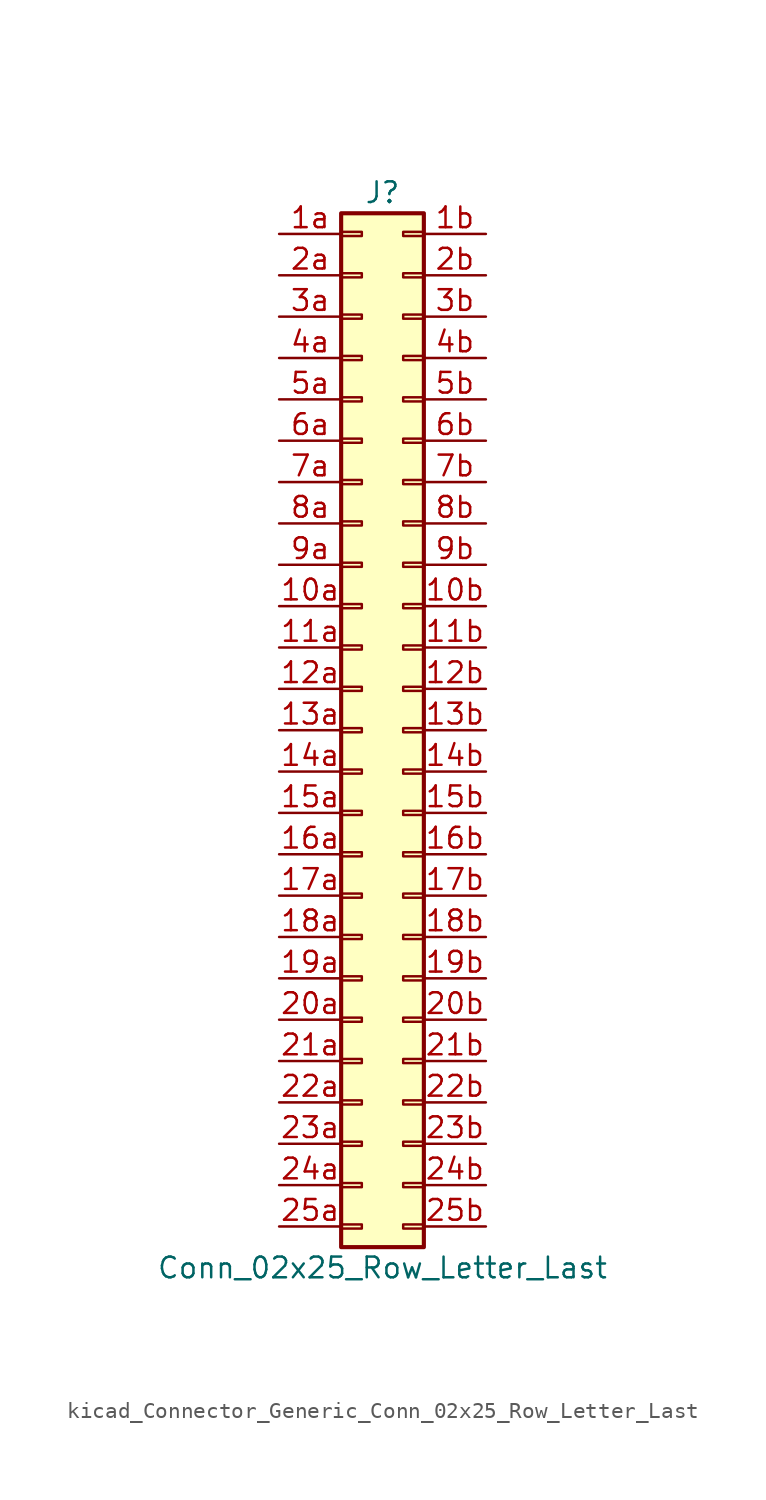
<source format=kicad_sym>
(kicad_symbol_lib
  (version 20220914)
  (generator kicad_symbol_editor)
  (symbol "kicad_Connector_Generic_Conn_02x25_Row_Letter_Last"
    (pin_names
      (offset 1.016) hide)
    (property "Reference" "J"
      (at 1.27 33.02 0)
      (effects (font (size 1.27 1.27))))
    (property "Value" "Conn_02x25_Row_Letter_Last"
      (at 1.27 -33.02 0)
      (effects (font (size 1.27 1.27))))
    (symbol "kicad_Connector_Generic_Conn_02x25_Row_Letter_Last_1_1"
      (rectangle (start -1.27 -30.353) (end 0 -30.607) (stroke (width 0.152) (type default)) (fill (type none)))
      (rectangle (start -1.27 -27.813) (end 0 -28.067) (stroke (width 0.152) (type default)) (fill (type none)))
      (rectangle (start -1.27 -25.273) (end 0 -25.527) (stroke (width 0.152) (type default)) (fill (type none)))
      (rectangle (start -1.27 -22.733) (end 0 -22.987) (stroke (width 0.152) (type default)) (fill (type none)))
      (rectangle (start -1.27 -20.193) (end 0 -20.447) (stroke (width 0.152) (type default)) (fill (type none)))
      (rectangle (start -1.27 -17.653) (end 0 -17.907) (stroke (width 0.152) (type default)) (fill (type none)))
      (rectangle (start -1.27 -15.113) (end 0 -15.367) (stroke (width 0.152) (type default)) (fill (type none)))
      (rectangle (start -1.27 -12.573) (end 0 -12.827) (stroke (width 0.152) (type default)) (fill (type none)))
      (rectangle (start -1.27 -10.033) (end 0 -10.287) (stroke (width 0.152) (type default)) (fill (type none)))
      (rectangle (start -1.27 -7.493) (end 0 -7.747) (stroke (width 0.152) (type default)) (fill (type none)))
      (rectangle (start -1.27 -4.953) (end 0 -5.207) (stroke (width 0.152) (type default)) (fill (type none)))
      (rectangle (start -1.27 -2.413) (end 0 -2.667) (stroke (width 0.152) (type default)) (fill (type none)))
      (rectangle (start -1.27 0.127) (end 0 -0.127) (stroke (width 0.152) (type default)) (fill (type none)))
      (rectangle (start -1.27 2.667) (end 0 2.413) (stroke (width 0.152) (type default)) (fill (type none)))
      (rectangle (start -1.27 5.207) (end 0 4.953) (stroke (width 0.152) (type default)) (fill (type none)))
      (rectangle (start -1.27 7.747) (end 0 7.493) (stroke (width 0.152) (type default)) (fill (type none)))
      (rectangle (start -1.27 10.287) (end 0 10.033) (stroke (width 0.152) (type default)) (fill (type none)))
      (rectangle (start -1.27 12.827) (end 0 12.573) (stroke (width 0.152) (type default)) (fill (type none)))
      (rectangle (start -1.27 15.367) (end 0 15.113) (stroke (width 0.152) (type default)) (fill (type none)))
      (rectangle (start -1.27 17.907) (end 0 17.653) (stroke (width 0.152) (type default)) (fill (type none)))
      (rectangle (start -1.27 20.447) (end 0 20.193) (stroke (width 0.152) (type default)) (fill (type none)))
      (rectangle (start -1.27 22.987) (end 0 22.733) (stroke (width 0.152) (type default)) (fill (type none)))
      (rectangle (start -1.27 25.527) (end 0 25.273) (stroke (width 0.152) (type default)) (fill (type none)))
      (rectangle (start -1.27 28.067) (end 0 27.813) (stroke (width 0.152) (type default)) (fill (type none)))
      (rectangle (start -1.27 30.607) (end 0 30.353) (stroke (width 0.152) (type default)) (fill (type none)))
      (rectangle (start -1.27 31.75) (end 3.81 -31.75) (stroke (width 0.254) (type default)) (fill (type background)))
      (rectangle (start 3.81 -30.353) (end 2.54 -30.607) (stroke (width 0.152) (type default)) (fill (type none)))
      (rectangle (start 3.81 -27.813) (end 2.54 -28.067) (stroke (width 0.152) (type default)) (fill (type none)))
      (rectangle (start 3.81 -25.273) (end 2.54 -25.527) (stroke (width 0.152) (type default)) (fill (type none)))
      (rectangle (start 3.81 -22.733) (end 2.54 -22.987) (stroke (width 0.152) (type default)) (fill (type none)))
      (rectangle (start 3.81 -20.193) (end 2.54 -20.447) (stroke (width 0.152) (type default)) (fill (type none)))
      (rectangle (start 3.81 -17.653) (end 2.54 -17.907) (stroke (width 0.152) (type default)) (fill (type none)))
      (rectangle (start 3.81 -15.113) (end 2.54 -15.367) (stroke (width 0.152) (type default)) (fill (type none)))
      (rectangle (start 3.81 -12.573) (end 2.54 -12.827) (stroke (width 0.152) (type default)) (fill (type none)))
      (rectangle (start 3.81 -10.033) (end 2.54 -10.287) (stroke (width 0.152) (type default)) (fill (type none)))
      (rectangle (start 3.81 -7.493) (end 2.54 -7.747) (stroke (width 0.152) (type default)) (fill (type none)))
      (rectangle (start 3.81 -4.953) (end 2.54 -5.207) (stroke (width 0.152) (type default)) (fill (type none)))
      (rectangle (start 3.81 -2.413) (end 2.54 -2.667) (stroke (width 0.152) (type default)) (fill (type none)))
      (rectangle (start 3.81 0.127) (end 2.54 -0.127) (stroke (width 0.152) (type default)) (fill (type none)))
      (rectangle (start 3.81 2.667) (end 2.54 2.413) (stroke (width 0.152) (type default)) (fill (type none)))
      (rectangle (start 3.81 5.207) (end 2.54 4.953) (stroke (width 0.152) (type default)) (fill (type none)))
      (rectangle (start 3.81 7.747) (end 2.54 7.493) (stroke (width 0.152) (type default)) (fill (type none)))
      (rectangle (start 3.81 10.287) (end 2.54 10.033) (stroke (width 0.152) (type default)) (fill (type none)))
      (rectangle (start 3.81 12.827) (end 2.54 12.573) (stroke (width 0.152) (type default)) (fill (type none)))
      (rectangle (start 3.81 15.367) (end 2.54 15.113) (stroke (width 0.152) (type default)) (fill (type none)))
      (rectangle (start 3.81 17.907) (end 2.54 17.653) (stroke (width 0.152) (type default)) (fill (type none)))
      (rectangle (start 3.81 20.447) (end 2.54 20.193) (stroke (width 0.152) (type default)) (fill (type none)))
      (rectangle (start 3.81 22.987) (end 2.54 22.733) (stroke (width 0.152) (type default)) (fill (type none)))
      (rectangle (start 3.81 25.527) (end 2.54 25.273) (stroke (width 0.152) (type default)) (fill (type none)))
      (rectangle (start 3.81 28.067) (end 2.54 27.813) (stroke (width 0.152) (type default)) (fill (type none)))
      (rectangle (start 3.81 30.607) (end 2.54 30.353) (stroke (width 0.152) (type default)) (fill (type none)))
      (pin passive line (at -5.08 7.62 0) (length 3.81) (name "Pin_10a" (effects (font (size 1.27 1.27)))) (number "10a" (effects (font (size 1.27 1.27)))))
      (pin passive line (at 7.62 7.62 180) (length 3.81) (name "Pin_10b" (effects (font (size 1.27 1.27)))) (number "10b" (effects (font (size 1.27 1.27)))))
      (pin passive line (at -5.08 5.08 0) (length 3.81) (name "Pin_11a" (effects (font (size 1.27 1.27)))) (number "11a" (effects (font (size 1.27 1.27)))))
      (pin passive line (at 7.62 5.08 180) (length 3.81) (name "Pin_11b" (effects (font (size 1.27 1.27)))) (number "11b" (effects (font (size 1.27 1.27)))))
      (pin passive line (at -5.08 2.54 0) (length 3.81) (name "Pin_12a" (effects (font (size 1.27 1.27)))) (number "12a" (effects (font (size 1.27 1.27)))))
      (pin passive line (at 7.62 2.54 180) (length 3.81) (name "Pin_12b" (effects (font (size 1.27 1.27)))) (number "12b" (effects (font (size 1.27 1.27)))))
      (pin passive line (at -5.08 0 0) (length 3.81) (name "Pin_13a" (effects (font (size 1.27 1.27)))) (number "13a" (effects (font (size 1.27 1.27)))))
      (pin passive line (at 7.62 0 180) (length 3.81) (name "Pin_13b" (effects (font (size 1.27 1.27)))) (number "13b" (effects (font (size 1.27 1.27)))))
      (pin passive line (at -5.08 -2.54 0) (length 3.81) (name "Pin_14a" (effects (font (size 1.27 1.27)))) (number "14a" (effects (font (size 1.27 1.27)))))
      (pin passive line (at 7.62 -2.54 180) (length 3.81) (name "Pin_14b" (effects (font (size 1.27 1.27)))) (number "14b" (effects (font (size 1.27 1.27)))))
      (pin passive line (at -5.08 -5.08 0) (length 3.81) (name "Pin_15a" (effects (font (size 1.27 1.27)))) (number "15a" (effects (font (size 1.27 1.27)))))
      (pin passive line (at 7.62 -5.08 180) (length 3.81) (name "Pin_15b" (effects (font (size 1.27 1.27)))) (number "15b" (effects (font (size 1.27 1.27)))))
      (pin passive line (at -5.08 -7.62 0) (length 3.81) (name "Pin_16a" (effects (font (size 1.27 1.27)))) (number "16a" (effects (font (size 1.27 1.27)))))
      (pin passive line (at 7.62 -7.62 180) (length 3.81) (name "Pin_16b" (effects (font (size 1.27 1.27)))) (number "16b" (effects (font (size 1.27 1.27)))))
      (pin passive line (at -5.08 -10.16 0) (length 3.81) (name "Pin_17a" (effects (font (size 1.27 1.27)))) (number "17a" (effects (font (size 1.27 1.27)))))
      (pin passive line (at 7.62 -10.16 180) (length 3.81) (name "Pin_17b" (effects (font (size 1.27 1.27)))) (number "17b" (effects (font (size 1.27 1.27)))))
      (pin passive line (at -5.08 -12.7 0) (length 3.81) (name "Pin_18a" (effects (font (size 1.27 1.27)))) (number "18a" (effects (font (size 1.27 1.27)))))
      (pin passive line (at 7.62 -12.7 180) (length 3.81) (name "Pin_18b" (effects (font (size 1.27 1.27)))) (number "18b" (effects (font (size 1.27 1.27)))))
      (pin passive line (at -5.08 -15.24 0) (length 3.81) (name "Pin_19a" (effects (font (size 1.27 1.27)))) (number "19a" (effects (font (size 1.27 1.27)))))
      (pin passive line (at 7.62 -15.24 180) (length 3.81) (name "Pin_19b" (effects (font (size 1.27 1.27)))) (number "19b" (effects (font (size 1.27 1.27)))))
      (pin passive line (at -5.08 30.48 0) (length 3.81) (name "Pin_1a" (effects (font (size 1.27 1.27)))) (number "1a" (effects (font (size 1.27 1.27)))))
      (pin passive line (at 7.62 30.48 180) (length 3.81) (name "Pin_1b" (effects (font (size 1.27 1.27)))) (number "1b" (effects (font (size 1.27 1.27)))))
      (pin passive line (at -5.08 -17.78 0) (length 3.81) (name "Pin_20a" (effects (font (size 1.27 1.27)))) (number "20a" (effects (font (size 1.27 1.27)))))
      (pin passive line (at 7.62 -17.78 180) (length 3.81) (name "Pin_20b" (effects (font (size 1.27 1.27)))) (number "20b" (effects (font (size 1.27 1.27)))))
      (pin passive line (at -5.08 -20.32 0) (length 3.81) (name "Pin_21a" (effects (font (size 1.27 1.27)))) (number "21a" (effects (font (size 1.27 1.27)))))
      (pin passive line (at 7.62 -20.32 180) (length 3.81) (name "Pin_21b" (effects (font (size 1.27 1.27)))) (number "21b" (effects (font (size 1.27 1.27)))))
      (pin passive line (at -5.08 -22.86 0) (length 3.81) (name "Pin_22a" (effects (font (size 1.27 1.27)))) (number "22a" (effects (font (size 1.27 1.27)))))
      (pin passive line (at 7.62 -22.86 180) (length 3.81) (name "Pin_22b" (effects (font (size 1.27 1.27)))) (number "22b" (effects (font (size 1.27 1.27)))))
      (pin passive line (at -5.08 -25.4 0) (length 3.81) (name "Pin_23a" (effects (font (size 1.27 1.27)))) (number "23a" (effects (font (size 1.27 1.27)))))
      (pin passive line (at 7.62 -25.4 180) (length 3.81) (name "Pin_23b" (effects (font (size 1.27 1.27)))) (number "23b" (effects (font (size 1.27 1.27)))))
      (pin passive line (at -5.08 -27.94 0) (length 3.81) (name "Pin_24a" (effects (font (size 1.27 1.27)))) (number "24a" (effects (font (size 1.27 1.27)))))
      (pin passive line (at 7.62 -27.94 180) (length 3.81) (name "Pin_24b" (effects (font (size 1.27 1.27)))) (number "24b" (effects (font (size 1.27 1.27)))))
      (pin passive line (at -5.08 -30.48 0) (length 3.81) (name "Pin_25a" (effects (font (size 1.27 1.27)))) (number "25a" (effects (font (size 1.27 1.27)))))
      (pin passive line (at 7.62 -30.48 180) (length 3.81) (name "Pin_25b" (effects (font (size 1.27 1.27)))) (number "25b" (effects (font (size 1.27 1.27)))))
      (pin passive line (at -5.08 27.94 0) (length 3.81) (name "Pin_2a" (effects (font (size 1.27 1.27)))) (number "2a" (effects (font (size 1.27 1.27)))))
      (pin passive line (at 7.62 27.94 180) (length 3.81) (name "Pin_2b" (effects (font (size 1.27 1.27)))) (number "2b" (effects (font (size 1.27 1.27)))))
      (pin passive line (at -5.08 25.4 0) (length 3.81) (name "Pin_3a" (effects (font (size 1.27 1.27)))) (number "3a" (effects (font (size 1.27 1.27)))))
      (pin passive line (at 7.62 25.4 180) (length 3.81) (name "Pin_3b" (effects (font (size 1.27 1.27)))) (number "3b" (effects (font (size 1.27 1.27)))))
      (pin passive line (at -5.08 22.86 0) (length 3.81) (name "Pin_4a" (effects (font (size 1.27 1.27)))) (number "4a" (effects (font (size 1.27 1.27)))))
      (pin passive line (at 7.62 22.86 180) (length 3.81) (name "Pin_4b" (effects (font (size 1.27 1.27)))) (number "4b" (effects (font (size 1.27 1.27)))))
      (pin passive line (at -5.08 20.32 0) (length 3.81) (name "Pin_5a" (effects (font (size 1.27 1.27)))) (number "5a" (effects (font (size 1.27 1.27)))))
      (pin passive line (at 7.62 20.32 180) (length 3.81) (name "Pin_5b" (effects (font (size 1.27 1.27)))) (number "5b" (effects (font (size 1.27 1.27)))))
      (pin passive line (at -5.08 17.78 0) (length 3.81) (name "Pin_6a" (effects (font (size 1.27 1.27)))) (number "6a" (effects (font (size 1.27 1.27)))))
      (pin passive line (at 7.62 17.78 180) (length 3.81) (name "Pin_6b" (effects (font (size 1.27 1.27)))) (number "6b" (effects (font (size 1.27 1.27)))))
      (pin passive line (at -5.08 15.24 0) (length 3.81) (name "Pin_7a" (effects (font (size 1.27 1.27)))) (number "7a" (effects (font (size 1.27 1.27)))))
      (pin passive line (at 7.62 15.24 180) (length 3.81) (name "Pin_7b" (effects (font (size 1.27 1.27)))) (number "7b" (effects (font (size 1.27 1.27)))))
      (pin passive line (at -5.08 12.7 0) (length 3.81) (name "Pin_8a" (effects (font (size 1.27 1.27)))) (number "8a" (effects (font (size 1.27 1.27)))))
      (pin passive line (at 7.62 12.7 180) (length 3.81) (name "Pin_8b" (effects (font (size 1.27 1.27)))) (number "8b" (effects (font (size 1.27 1.27)))))
      (pin passive line (at -5.08 10.16 0) (length 3.81) (name "Pin_9a" (effects (font (size 1.27 1.27)))) (number "9a" (effects (font (size 1.27 1.27)))))
      (pin passive line (at 7.62 10.16 180) (length 3.81) (name "Pin_9b" (effects (font (size 1.27 1.27)))) (number "9b" (effects (font (size 1.27 1.27))))))))
</source>
